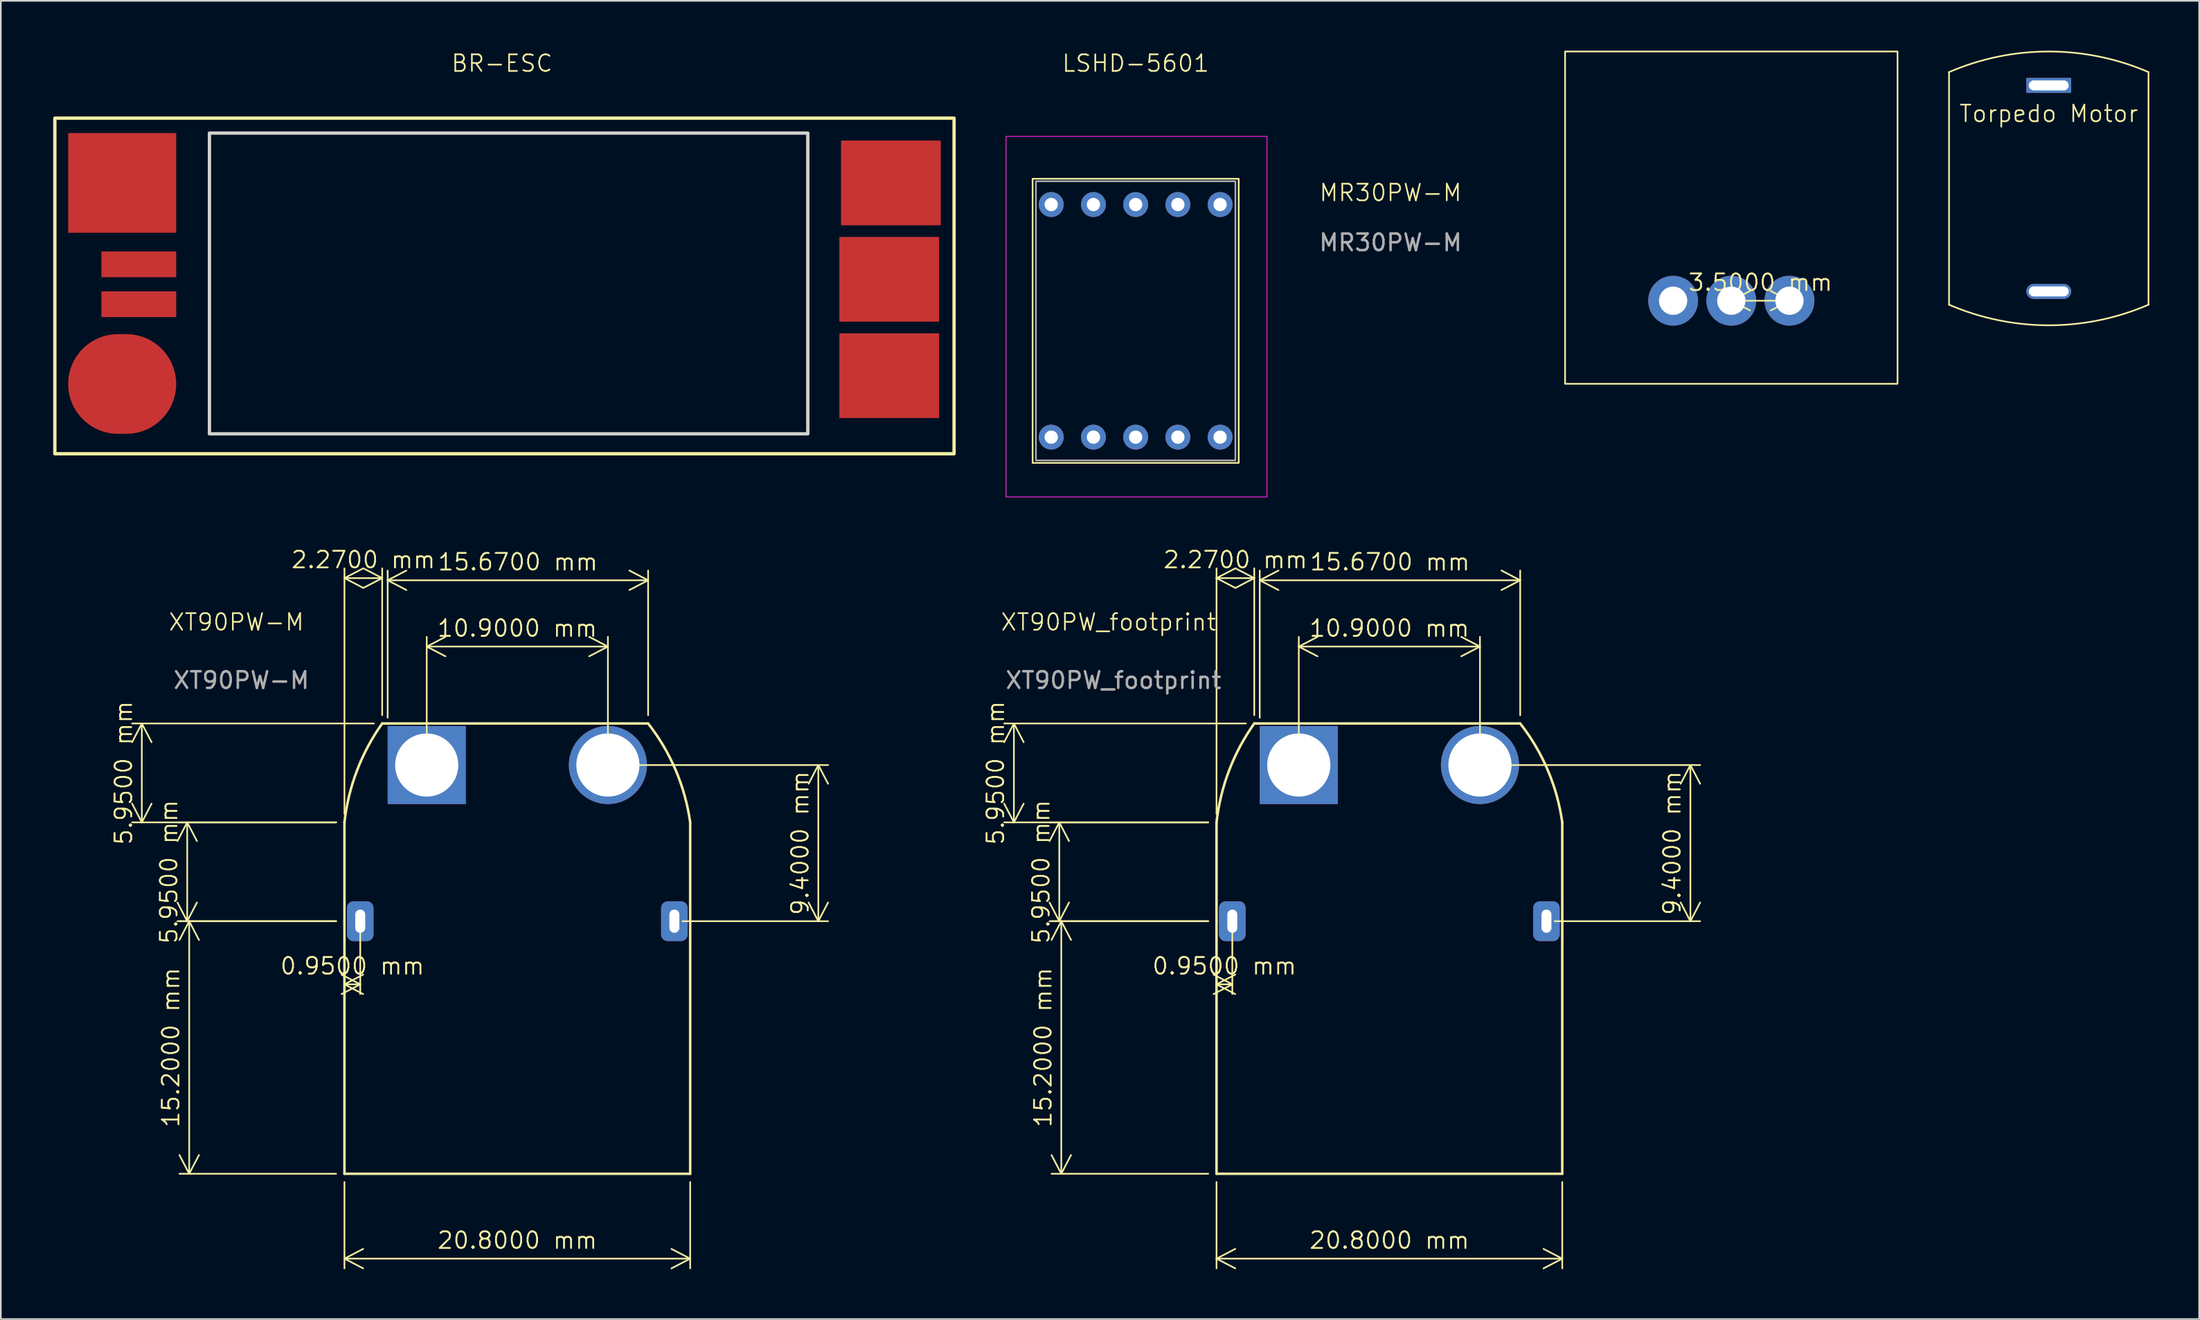
<source format=kicad_pcb>
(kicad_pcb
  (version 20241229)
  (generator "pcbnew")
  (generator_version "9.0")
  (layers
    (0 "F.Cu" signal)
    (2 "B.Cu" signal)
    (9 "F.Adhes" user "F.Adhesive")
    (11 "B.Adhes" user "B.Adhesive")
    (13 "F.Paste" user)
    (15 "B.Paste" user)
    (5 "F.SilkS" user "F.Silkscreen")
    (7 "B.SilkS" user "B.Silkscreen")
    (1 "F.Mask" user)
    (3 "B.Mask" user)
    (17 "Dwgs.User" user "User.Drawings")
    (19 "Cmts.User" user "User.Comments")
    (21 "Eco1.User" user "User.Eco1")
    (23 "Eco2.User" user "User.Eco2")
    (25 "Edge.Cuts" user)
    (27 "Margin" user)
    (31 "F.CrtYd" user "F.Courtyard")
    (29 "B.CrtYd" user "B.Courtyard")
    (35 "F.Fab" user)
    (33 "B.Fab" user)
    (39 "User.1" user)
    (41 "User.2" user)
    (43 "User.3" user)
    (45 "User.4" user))
  (footprint "XT90PW_footprint"
    (layer "F.Cu")
    (at 70.14 52.396)
    (property "Reference" "XT90PW_footprint" (at -6.5 -18 0) (unlocked yes) (layer "F.SilkS") (effects (font (size 1 1) (thickness 0.1))))
    (attr through_hole)
    (fp_line (start 0 0) (end 0 -5.95) (stroke (width 0.15) (type default)) (layer "F.SilkS"))
    (fp_line (start 0 0) (end 0 15.2) (stroke (width 0.15) (type default)) (layer "F.SilkS"))
    (fp_line (start 0 15.2) (end 20.8 15.2) (stroke (width 0.15) (type default)) (layer "F.SilkS"))
    (fp_line (start 2.27 -11.9) (end 18.27 -11.9) (stroke (width 0.15) (type default)) (layer "F.SilkS"))
    (fp_line (start 20.8 0) (end 20.8 -5.95) (stroke (width 0.15) (type default)) (layer "F.SilkS"))
    (fp_line (start 20.8 15.2) (end 20.8 0) (stroke (width 0.15) (type default)) (layer "F.SilkS"))
    (fp_arc (start 0 -5.95) (mid 0.755614 -9.06974) (end 2.27 -11.9) (stroke (width 0.15) (type default)) (layer "F.SilkS"))
    (fp_arc (start 18.27 -11.9) (mid 19.929112 -9.092581) (end 20.8 -5.95) (stroke (width 0.15) (type default)) (layer "F.SilkS"))
    (fp_text user "${REFERENCE}" (at -6.2 -14.5 0) (unlocked yes) (layer "F.Fab") (effects (font (size 1 1) (thickness 0.15))))
    (dimension (type aligned) (layer "F.SilkS") (pts (xy 70.14 52.396) (xy 71.09 52.396)) (height 3.8) (format (prefix "") (suffix "") (units 3) (units_format 1) (precision 4)) (style (thickness 0.1) (arrow_length 1.27) (text_position_mode 0) (arrow_direction outward) (extension_height 0.586) (extension_offset 0.5) (keep_text_aligned yes)) (gr_text "0.9500 mm" (at 70.615 55.096 0) (layer "F.SilkS") (effects (font (size 1 1) (thickness 0.1)))))
    (dimension (type aligned) (layer "F.SilkS") (pts (xy 70.14 67.596) (xy 70.14 52.396)) (height -9.34) (format (prefix "") (suffix "") (units 3) (units_format 1) (precision 4)) (style (thickness 0.1) (arrow_length 1.27) (text_position_mode 0) (arrow_direction outward) (extension_height 0.586) (extension_offset 0.5) (keep_text_aligned yes)) (gr_text "15.2000 mm" (at 59.7 59.996 90) (layer "F.SilkS") (effects (font (size 1 1) (thickness 0.1)))))
    (dimension (type aligned) (layer "F.SilkS") (pts (xy 70.14 67.596) (xy 90.94 67.596)) (height 5.11) (format (prefix "") (suffix "") (units 3) (units_format 1) (precision 4)) (style (thickness 0.1) (arrow_length 1.27) (text_position_mode 0) (arrow_direction outward) (extension_height 0.586) (extension_offset 0.5) (keep_text_aligned yes)) (gr_text "20.8000 mm" (at 80.54 71.606 0) (layer "F.SilkS") (effects (font (size 1 1) (thickness 0.1)))))
    (dimension (type aligned) (layer "F.SilkS") (pts (xy 75.09 42.996) (xy 85.99 42.996)) (height -7.13) (format (prefix "") (suffix "") (units 3) (units_format 1) (precision 4)) (style (thickness 0.1) (arrow_length 1.27) (text_position_mode 0) (arrow_direction outward) (extension_height 0.586) (extension_offset 0.5) (keep_text_aligned yes)) (gr_text "10.9000 mm" (at 80.54 34.766 0) (layer "F.SilkS") (effects (font (size 1 1) (thickness 0.1)))))
    (dimension (type orthogonal) (layer "F.SilkS") (pts (xy 70.14 46.446) (xy 72.41 40.496)) (height -12.19) (orientation 1) (format (prefix "") (suffix "") (units 3) (units_format 1) (precision 4)) (style (thickness 0.1) (arrow_length 1.27) (text_position_mode 0) (arrow_direction outward) (extension_height 0.586) (extension_offset 0.5) (keep_text_aligned yes)) (gr_text "5.9500 mm" (at 56.85 43.471 90) (layer "F.SilkS") (effects (font (size 1 1) (thickness 0.1)))))
    (dimension (type orthogonal) (layer "F.SilkS") (pts (xy 85.99 42.996) (xy 89.99 52.396)) (height 12.66) (orientation 1) (format (prefix "") (suffix "") (units 3) (units_format 1) (precision 4)) (style (thickness 0.1) (arrow_length 1.27) (text_position_mode 0) (arrow_direction outward) (extension_height 0.586) (extension_offset 0.5) (keep_text_aligned yes)) (gr_text "9.4000 mm" (at 97.55 47.696 90) (layer "F.SilkS") (effects (font (size 1 1) (thickness 0.1)))))
    (dimension (type orthogonal) (layer "F.SilkS") (pts (xy 70.14 52.396) (xy 70.14 46.446)) (height -9.46) (orientation 1) (format (prefix "") (suffix "") (units 3) (units_format 1) (precision 4)) (style (thickness 0.1) (arrow_length 1.27) (text_position_mode 0) (arrow_direction outward) (extension_height 0.586) (extension_offset 0.5) (keep_text_aligned yes)) (gr_text "5.9500 mm" (at 59.58 49.421 90) (layer "F.SilkS") (effects (font (size 1 1) (thickness 0.1)))))
    (dimension (type orthogonal) (layer "F.SilkS") (pts (xy 72.74 40.646) (xy 88.41 40.496)) (height -8.77) (orientation 0) (format (prefix "") (suffix "") (units 3) (units_format 1) (precision 4)) (style (thickness 0.1) (arrow_length 1.27) (text_position_mode 0) (arrow_direction outward) (extension_height 0.586) (extension_offset 0.5) (keep_text_aligned yes)) (gr_text "15.6700 mm" (at 80.575 30.776 0) (layer "F.SilkS") (effects (font (size 1 1) (thickness 0.1)))))
    (dimension (type orthogonal) (layer "F.SilkS") (pts (xy 70.14 46.446) (xy 72.41 40.496)) (height -14.7) (orientation 0) (format (prefix "") (suffix "") (units 3) (units_format 1) (precision 4)) (style (thickness 0.1) (arrow_length 1.27) (text_position_mode 0) (arrow_direction outward) (extension_height 0.586) (extension_offset 0.5) (keep_text_aligned yes)) (gr_text "2.2700 mm" (at 71.275 30.646 0) (layer "F.SilkS") (effects (font (size 1 1) (thickness 0.1)))))
    (pad "1" thru_hole circle (at 15.85 -9.4) (size 4.7 4.7) (drill 3.8) (layers "*.Cu" "*.Mask"))
    (pad "2" thru_hole rect (at 4.95 -9.4) (size 4.7 4.7) (drill 3.8) (layers "*.Cu" "*.Mask"))
    (pad "3" thru_hole roundrect (at 19.85 0) (size 1.6 2.4) (drill oval 0.6 1.4) (layers "*.Cu" "*.Mask") (roundrect_rratio 0.25))
    (pad "4" thru_hole roundrect (at 0.95 0) (size 1.6 2.4) (drill oval 0.6 1.4) (layers "*.Cu" "*.Mask") (roundrect_rratio 0.25)))
  (footprint "LSHD-5601"
    (layer "F.Cu")
    (at 65.275 16.261)
    (property "Reference" "LSHD-5601" (at 0 -15.5 0) (unlocked yes) (layer "F.SilkS") (effects (font (size 1 1) (thickness 0.1))))
    (attr smd)
    (fp_rect (start -6.2 8.55) (end 6.2 -8.55) (stroke (width 0.1) (type default)) (fill no) (layer "F.SilkS"))
    (fp_rect (start -7.8 -11.1) (end 7.9 10.6) (stroke (width 0.05) (type default)) (fill no) (layer "F.CrtYd"))
    (fp_rect (start -6 8.4) (end 6 -8.4) (stroke (width 0.1) (type default)) (fill no) (layer "F.Fab"))
    (pad "1" thru_hole circle (at -5.08 7) (size 1.5 1.5) (drill 0.8) (layers "*.Cu" "*.Mask"))
    (pad "2" thru_hole circle (at -2.54 7) (size 1.5 1.5) (drill 0.8) (layers "*.Cu" "*.Mask"))
    (pad "3" thru_hole circle (at 0 7) (size 1.5 1.5) (drill 0.8) (layers "*.Cu" "*.Mask"))
    (pad "4" thru_hole circle (at 2.54 7) (size 1.5 1.5) (drill 0.8) (layers "*.Cu" "*.Mask"))
    (pad "5" thru_hole circle (at 5.08 7) (size 1.5 1.5) (drill 0.8) (layers "*.Cu" "*.Mask"))
    (pad "6" thru_hole circle (at 5.08 -7) (size 1.5 1.5) (drill 0.8) (layers "*.Cu" "*.Mask"))
    (pad "7" thru_hole circle (at 2.54 -7) (size 1.5 1.5) (drill 0.8) (layers "*.Cu" "*.Mask"))
    (pad "8" thru_hole circle (at 0 -7) (size 1.5 1.5) (drill 0.8) (layers "*.Cu" "*.Mask"))
    (pad "9" thru_hole circle (at -2.54 -7) (size 1.5 1.5) (drill 0.8) (layers "*.Cu" "*.Mask"))
    (pad "10" thru_hole circle (at -5.08 -7) (size 1.5 1.5) (drill 0.8) (layers "*.Cu" "*.Mask")))
  (footprint "BR-ESC"
    (layer "F.Cu")
    (at 0.25 24.261)
    (property "Reference" "BR-ESC" (at 26.9 -23.5 0) (unlocked yes) (layer "F.SilkS") (effects (font (size 1 1) (thickness 0.1))))
    (attr through_hole)
    (fp_rect (start 0 -20.2) (end 54.1 0) (stroke (width 0.2) (type default)) (fill no) (layer "F.SilkS"))
    (fp_rect (start 9.3 -19.3) (end 45.3 -1.2) (stroke (width 0.2) (type default)) (fill no) (layer "Edge.Cuts"))
    (pad "1" smd rect (at 4.05 -16.3) (size 6.5 6) (layers "F.Cu" "F.Mask" "F.Paste"))
    (pad "2" smd oval (at 4.05 -4.2) (size 6.5 6) (layers "F.Cu" "F.Mask" "F.Paste"))
    (pad "3" smd rect (at 5.05 -11.4) (size 4.5 1.55) (layers "F.Cu" "F.Mask" "F.Paste"))
    (pad "4" smd rect (at 5.05 -9) (size 4.5 1.55) (layers "F.Cu" "F.Mask" "F.Paste"))
    (pad "5" smd rect (at 50.3 -16.3) (size 6 5.1) (layers "F.Cu" "F.Mask" "F.Paste"))
    (pad "6" smd rect (at 50.2 -10.5) (size 6 5.1) (layers "F.Cu" "F.Mask" "F.Paste"))
    (pad "7" smd rect (at 50.2 -4.7) (size 6 5.1) (layers "F.Cu" "F.Mask" "F.Paste")))
  (footprint "MR30PW-M"
    (layer "F.Cu")
    (at 91.111 20.05)
    (property "Reference" "MR30PW-M" (at -10.5 -11.5 0) (unlocked yes) (layer "F.SilkS") (effects (font (size 1 1) (thickness 0.1))))
    (attr through_hole)
    (fp_rect (start 0 0) (end 20 -20) (stroke (width 0.1) (type default)) (fill no) (layer "F.SilkS"))
    (fp_text user "${REFERENCE}" (at -10.5 -8.5 0) (unlocked yes) (layer "F.Fab") (effects (font (size 1 1) (thickness 0.15))))
    (dimension (type aligned) (layer "F.SilkS") (pts (xy 104.611 15.05) (xy 101.111 15.05)) (height 0) (format (prefix "") (suffix "") (units 3) (units_format 1) (precision 4)) (style (thickness 0.1) (arrow_length 1.27) (text_position_mode 0) (arrow_direction outward) (extension_height 0.586) (extension_offset 0.5) (keep_text_aligned yes)) (gr_text "3.5000 mm" (at 102.861 13.95 0) (layer "F.SilkS") (effects (font (size 1 1) (thickness 0.1)))))
    (pad "1" thru_hole circle (at 13.5 -5) (size 3 3) (drill 1.7) (layers "*.Cu" "*.Mask"))
    (pad "2" thru_hole circle (at 10 -5) (size 3 3) (drill 1.7) (layers "*.Cu" "*.Mask"))
    (pad "3" thru_hole circle (at 6.5 -5) (size 3 3) (drill 1.7) (layers "*.Cu" "*.Mask")))
  (footprint "Torpedo Motor"
    (layer "F.Cu")
    (at 120.211 8.29)
    (property "Reference" "Torpedo Motor" (at 0 -4.5 0) (unlocked yes) (layer "F.SilkS") (effects (font (size 1 1) (thickness 0.1))))
    (attr through_hole)
    (fp_line (start -6 -7) (end -6 7) (stroke (width 0.1) (type default)) (layer "F.SilkS"))
    (fp_line (start 6 -7) (end 6 7) (stroke (width 0.1) (type default)) (layer "F.SilkS"))
    (fp_arc (start -6 -6.999999) (mid 0 -8.239682) (end 6 -6.999999) (stroke (width 0.1) (type default)) (layer "F.SilkS"))
    (fp_arc (start 6 6.999999) (mid 0 8.239682) (end -6 6.999999) (stroke (width 0.1) (type default)) (layer "F.SilkS"))
    (pad "1" thru_hole rect (at 0 -6.2) (size 2.7 0.9) (drill oval 2.4 0.6) (layers "*.Cu" "*.Mask"))
    (pad "2" thru_hole oval (at 0 6.2) (size 2.7 0.9) (drill oval 2.4 0.6) (layers "*.Cu" "*.Mask")))
  (footprint "XT90PW-M"
    (layer "F.Cu")
    (at 17.673 52.396)
    (property "Reference" "XT90PW-M" (at -6.5 -18 0) (unlocked yes) (layer "F.SilkS") (effects (font (size 1 1) (thickness 0.1))))
    (attr through_hole)
    (fp_line (start 0 0) (end 0 -5.95) (stroke (width 0.15) (type default)) (layer "F.SilkS"))
    (fp_line (start 0 0) (end 0 15.2) (stroke (width 0.15) (type default)) (layer "F.SilkS"))
    (fp_line (start 0 15.2) (end 20.8 15.2) (stroke (width 0.15) (type default)) (layer "F.SilkS"))
    (fp_line (start 2.27 -11.9) (end 18.27 -11.9) (stroke (width 0.15) (type default)) (layer "F.SilkS"))
    (fp_line (start 20.8 0) (end 20.8 -5.95) (stroke (width 0.15) (type default)) (layer "F.SilkS"))
    (fp_line (start 20.8 15.2) (end 20.8 0) (stroke (width 0.15) (type default)) (layer "F.SilkS"))
    (fp_arc (start 0 -5.95) (mid 0.755614 -9.06974) (end 2.27 -11.9) (stroke (width 0.15) (type default)) (layer "F.SilkS"))
    (fp_arc (start 18.27 -11.9) (mid 19.929112 -9.092581) (end 20.8 -5.95) (stroke (width 0.15) (type default)) (layer "F.SilkS"))
    (fp_text user "${REFERENCE}" (at -6.2 -14.5 0) (unlocked yes) (layer "F.Fab") (effects (font (size 1 1) (thickness 0.15))))
    (dimension (type aligned) (layer "F.SilkS") (pts (xy 17.673 67.596) (xy 38.473 67.596)) (height 5.11) (format (prefix "") (suffix "") (units 3) (units_format 1) (precision 4)) (style (thickness 0.1) (arrow_length 1.27) (text_position_mode 0) (arrow_direction outward) (extension_height 0.586) (extension_offset 0.5) (keep_text_aligned yes)) (gr_text "20.8000 mm" (at 28.073 71.606 0) (layer "F.SilkS") (effects (font (size 1 1) (thickness 0.1)))))
    (dimension (type aligned) (layer "F.SilkS") (pts (xy 22.623 42.996) (xy 33.523 42.996)) (height -7.13) (format (prefix "") (suffix "") (units 3) (units_format 1) (precision 4)) (style (thickness 0.1) (arrow_length 1.27) (text_position_mode 0) (arrow_direction outward) (extension_height 0.586) (extension_offset 0.5) (keep_text_aligned yes)) (gr_text "10.9000 mm" (at 28.073 34.766 0) (layer "F.SilkS") (effects (font (size 1 1) (thickness 0.1)))))
    (dimension (type aligned) (layer "F.SilkS") (pts (xy 17.673 52.396) (xy 18.623 52.396)) (height 3.8) (format (prefix "") (suffix "") (units 3) (units_format 1) (precision 4)) (style (thickness 0.1) (arrow_length 1.27) (text_position_mode 0) (arrow_direction outward) (extension_height 0.586) (extension_offset 0.5) (keep_text_aligned yes)) (gr_text "0.9500 mm" (at 18.148 55.096 0) (layer "F.SilkS") (effects (font (size 1 1) (thickness 0.1)))))
    (dimension (type aligned) (layer "F.SilkS") (pts (xy 17.673 67.596) (xy 17.673 52.396)) (height -9.34) (format (prefix "") (suffix "") (units 3) (units_format 1) (precision 4)) (style (thickness 0.1) (arrow_length 1.27) (text_position_mode 0) (arrow_direction outward) (extension_height 0.586) (extension_offset 0.5) (keep_text_aligned yes)) (gr_text "15.2000 mm" (at 7.233 59.996 90) (layer "F.SilkS") (effects (font (size 1 1) (thickness 0.1)))))
    (dimension (type orthogonal) (layer "F.SilkS") (pts (xy 20.273 40.646) (xy 35.943 40.496)) (height -8.77) (orientation 0) (format (prefix "") (suffix "") (units 3) (units_format 1) (precision 4)) (style (thickness 0.1) (arrow_length 1.27) (text_position_mode 0) (arrow_direction outward) (extension_height 0.586) (extension_offset 0.5) (keep_text_aligned yes)) (gr_text "15.6700 mm" (at 28.108 30.776 0) (layer "F.SilkS") (effects (font (size 1 1) (thickness 0.1)))))
    (dimension (type orthogonal) (layer "F.SilkS") (pts (xy 17.673 46.446) (xy 19.943 40.496)) (height -14.7) (orientation 0) (format (prefix "") (suffix "") (units 3) (units_format 1) (precision 4)) (style (thickness 0.1) (arrow_length 1.27) (text_position_mode 0) (arrow_direction outward) (extension_height 0.586) (extension_offset 0.5) (keep_text_aligned yes)) (gr_text "2.2700 mm" (at 18.808 30.646 0) (layer "F.SilkS") (effects (font (size 1 1) (thickness 0.1)))))
    (dimension (type orthogonal) (layer "F.SilkS") (pts (xy 17.673 46.446) (xy 19.943 40.496)) (height -12.19) (orientation 1) (format (prefix "") (suffix "") (units 3) (units_format 1) (precision 4)) (style (thickness 0.1) (arrow_length 1.27) (text_position_mode 0) (arrow_direction outward) (extension_height 0.586) (extension_offset 0.5) (keep_text_aligned yes)) (gr_text "5.9500 mm" (at 4.383 43.471 90) (layer "F.SilkS") (effects (font (size 1 1) (thickness 0.1)))))
    (dimension (type orthogonal) (layer "F.SilkS") (pts (xy 17.673 52.396) (xy 17.673 46.446)) (height -9.46) (orientation 1) (format (prefix "") (suffix "") (units 3) (units_format 1) (precision 4)) (style (thickness 0.1) (arrow_length 1.27) (text_position_mode 0) (arrow_direction outward) (extension_height 0.586) (extension_offset 0.5) (keep_text_aligned yes)) (gr_text "5.9500 mm" (at 7.113 49.421 90) (layer "F.SilkS") (effects (font (size 1 1) (thickness 0.1)))))
    (dimension (type orthogonal) (layer "F.SilkS") (pts (xy 33.523 42.996) (xy 37.523 52.396)) (height 12.66) (orientation 1) (format (prefix "") (suffix "") (units 3) (units_format 1) (precision 4)) (style (thickness 0.1) (arrow_length 1.27) (text_position_mode 0) (arrow_direction outward) (extension_height 0.586) (extension_offset 0.5) (keep_text_aligned yes)) (gr_text "9.4000 mm" (at 45.083 47.696 90) (layer "F.SilkS") (effects (font (size 1 1) (thickness 0.1)))))
    (pad "1" thru_hole circle (at 15.85 -9.4) (size 4.7 4.7) (drill 3.8) (layers "*.Cu" "*.Mask"))
    (pad "2" thru_hole rect (at 4.95 -9.4) (size 4.7 4.7) (drill 3.8) (layers "*.Cu" "*.Mask"))
    (pad "3" thru_hole roundrect (at 19.85 0) (size 1.6 2.4) (drill oval 0.6 1.4) (layers "*.Cu" "*.Mask") (roundrect_rratio 0.25))
    (pad "4" thru_hole roundrect (at 0.95 0) (size 1.6 2.4) (drill oval 0.6 1.4) (layers "*.Cu" "*.Mask") (roundrect_rratio 0.25)))
  (gr_rect
    (start -3 -3)
    (end 129.261 76.342)
    (stroke (width 0.1) (type default))
    (fill no)
    (layer "Edge.Cuts")))
</source>
